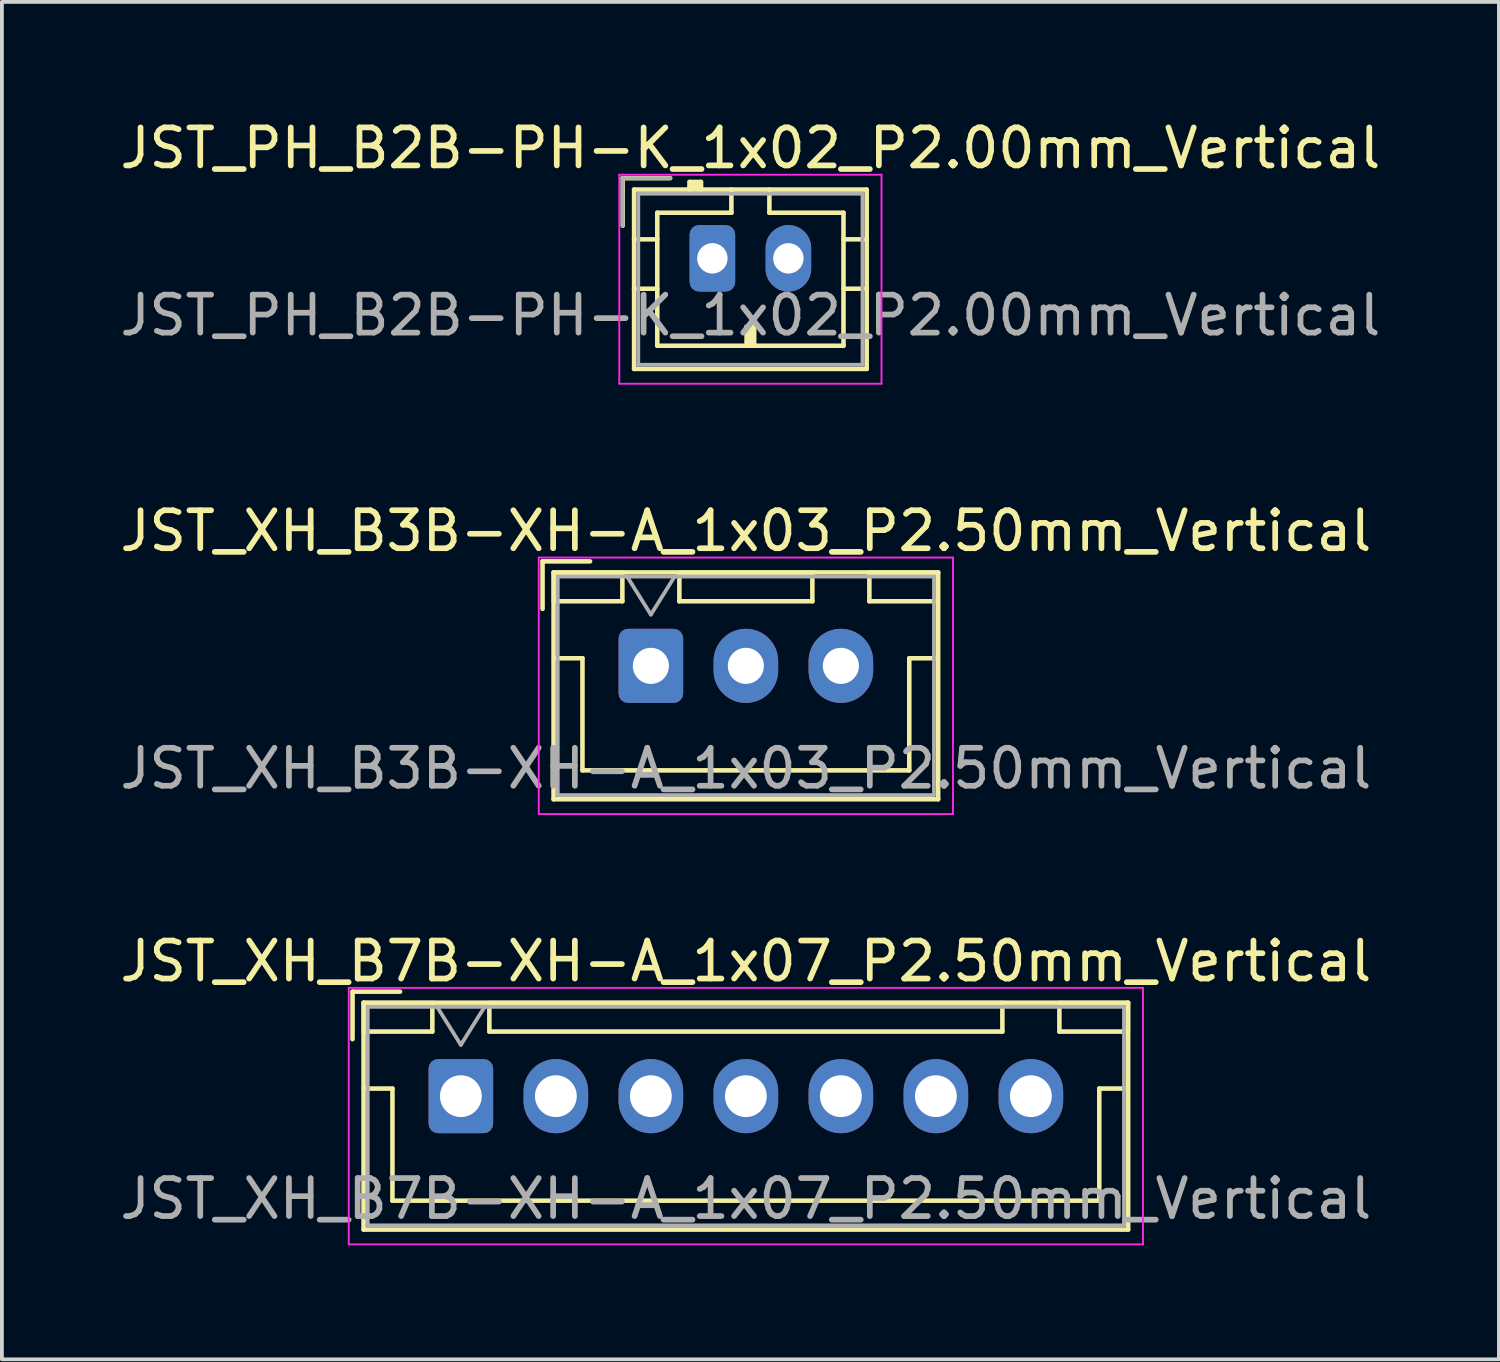
<source format=kicad_pcb>
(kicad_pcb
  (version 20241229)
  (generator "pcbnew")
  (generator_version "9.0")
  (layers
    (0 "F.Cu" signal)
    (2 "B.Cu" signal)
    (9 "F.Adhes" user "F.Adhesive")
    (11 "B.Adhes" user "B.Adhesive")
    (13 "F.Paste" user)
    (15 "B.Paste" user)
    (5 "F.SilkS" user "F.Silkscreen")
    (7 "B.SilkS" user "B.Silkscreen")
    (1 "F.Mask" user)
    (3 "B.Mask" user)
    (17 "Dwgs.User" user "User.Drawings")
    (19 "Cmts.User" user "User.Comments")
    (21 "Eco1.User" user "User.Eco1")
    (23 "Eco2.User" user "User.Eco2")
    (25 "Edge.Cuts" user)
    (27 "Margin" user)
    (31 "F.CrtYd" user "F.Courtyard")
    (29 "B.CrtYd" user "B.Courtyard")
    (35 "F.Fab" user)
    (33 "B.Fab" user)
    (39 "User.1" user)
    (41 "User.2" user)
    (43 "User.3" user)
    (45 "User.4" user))
  (footprint "JST_XH_B3B-XH-A_1x03_P2.50mm_Vertical"
    (layer "F.Cu")
    (at 14.077 14.472)
    (property "Reference" "JST_XH_B3B-XH-A_1x03_P2.50mm_Vertical" (at 2.5 -3.55 0) (layer "F.SilkS") (effects (font (size 1 1) (thickness 0.15))))
    (attr through_hole)
    (fp_line (start -2.85 -2.75) (end -2.85 -1.5) (stroke (width 0.12) (type solid)) (layer "F.SilkS"))
    (fp_line (start -2.56 -2.46) (end -2.56 3.51) (stroke (width 0.12) (type solid)) (layer "F.SilkS"))
    (fp_line (start -2.56 3.51) (end 7.56 3.51) (stroke (width 0.12) (type solid)) (layer "F.SilkS"))
    (fp_line (start -2.55 -2.45) (end -2.55 -1.7) (stroke (width 0.12) (type solid)) (layer "F.SilkS"))
    (fp_line (start -2.55 -1.7) (end -0.75 -1.7) (stroke (width 0.12) (type solid)) (layer "F.SilkS"))
    (fp_line (start -2.55 -0.2) (end -1.8 -0.2) (stroke (width 0.12) (type solid)) (layer "F.SilkS"))
    (fp_line (start -1.8 -0.2) (end -1.8 2.75) (stroke (width 0.12) (type solid)) (layer "F.SilkS"))
    (fp_line (start -1.8 2.75) (end 2.5 2.75) (stroke (width 0.12) (type solid)) (layer "F.SilkS"))
    (fp_line (start -1.6 -2.75) (end -2.85 -2.75) (stroke (width 0.12) (type solid)) (layer "F.SilkS"))
    (fp_line (start -0.75 -2.45) (end -2.55 -2.45) (stroke (width 0.12) (type solid)) (layer "F.SilkS"))
    (fp_line (start -0.75 -1.7) (end -0.75 -2.45) (stroke (width 0.12) (type solid)) (layer "F.SilkS"))
    (fp_line (start 0.75 -2.45) (end 0.75 -1.7) (stroke (width 0.12) (type solid)) (layer "F.SilkS"))
    (fp_line (start 0.75 -1.7) (end 4.25 -1.7) (stroke (width 0.12) (type solid)) (layer "F.SilkS"))
    (fp_line (start 4.25 -2.45) (end 0.75 -2.45) (stroke (width 0.12) (type solid)) (layer "F.SilkS"))
    (fp_line (start 4.25 -1.7) (end 4.25 -2.45) (stroke (width 0.12) (type solid)) (layer "F.SilkS"))
    (fp_line (start 5.75 -2.45) (end 5.75 -1.7) (stroke (width 0.12) (type solid)) (layer "F.SilkS"))
    (fp_line (start 5.75 -1.7) (end 7.55 -1.7) (stroke (width 0.12) (type solid)) (layer "F.SilkS"))
    (fp_line (start 6.8 -0.2) (end 6.8 2.75) (stroke (width 0.12) (type solid)) (layer "F.SilkS"))
    (fp_line (start 6.8 2.75) (end 2.5 2.75) (stroke (width 0.12) (type solid)) (layer "F.SilkS"))
    (fp_line (start 7.55 -2.45) (end 5.75 -2.45) (stroke (width 0.12) (type solid)) (layer "F.SilkS"))
    (fp_line (start 7.55 -1.7) (end 7.55 -2.45) (stroke (width 0.12) (type solid)) (layer "F.SilkS"))
    (fp_line (start 7.55 -0.2) (end 6.8 -0.2) (stroke (width 0.12) (type solid)) (layer "F.SilkS"))
    (fp_line (start 7.56 -2.46) (end -2.56 -2.46) (stroke (width 0.12) (type solid)) (layer "F.SilkS"))
    (fp_line (start 7.56 3.51) (end 7.56 -2.46) (stroke (width 0.12) (type solid)) (layer "F.SilkS"))
    (fp_line (start -2.95 -2.85) (end -2.95 3.9) (stroke (width 0.05) (type solid)) (layer "F.CrtYd"))
    (fp_line (start -2.95 3.9) (end 7.95 3.9) (stroke (width 0.05) (type solid)) (layer "F.CrtYd"))
    (fp_line (start 7.95 -2.85) (end -2.95 -2.85) (stroke (width 0.05) (type solid)) (layer "F.CrtYd"))
    (fp_line (start 7.95 3.9) (end 7.95 -2.85) (stroke (width 0.05) (type solid)) (layer "F.CrtYd"))
    (fp_line (start -2.45 -2.35) (end -2.45 3.4) (stroke (width 0.1) (type solid)) (layer "F.Fab"))
    (fp_line (start -2.45 3.4) (end 7.45 3.4) (stroke (width 0.1) (type solid)) (layer "F.Fab"))
    (fp_line (start -0.625 -2.35) (end 0 -1.35) (stroke (width 0.1) (type solid)) (layer "F.Fab"))
    (fp_line (start 0 -1.35) (end 0.625 -2.35) (stroke (width 0.1) (type solid)) (layer "F.Fab"))
    (fp_line (start 7.45 -2.35) (end -2.45 -2.35) (stroke (width 0.1) (type solid)) (layer "F.Fab"))
    (fp_line (start 7.45 3.4) (end 7.45 -2.35) (stroke (width 0.1) (type solid)) (layer "F.Fab"))
    (fp_text user "${REFERENCE}" (at 2.5 2.7 0) (layer "F.Fab") (effects (font (size 1 1) (thickness 0.15))))
    (pad "1" thru_hole roundrect (at 0 0) (size 1.7 1.95) (drill 0.95) (layers "*.Cu" "*.Mask") (roundrect_rratio 0.147))
    (pad "2" thru_hole oval (at 2.5 0) (size 1.7 1.95) (drill 0.95) (layers "*.Cu" "*.Mask"))
    (pad "3" thru_hole oval (at 5 0) (size 1.7 1.95) (drill 0.95) (layers "*.Cu" "*.Mask")))
  (footprint "JST_PH_B2B-PH-K_1x02_P2.00mm_Vertical"
    (layer "F.Cu")
    (at 15.696 3.748)
    (property "Reference" "JST_PH_B2B-PH-K_1x02_P2.00mm_Vertical" (at 1 -2.9 0) (layer "F.SilkS") (effects (font (size 1 1) (thickness 0.15))))
    (attr through_hole)
    (fp_line (start -2.36 -2.11) (end -2.36 -0.86) (stroke (width 0.12) (type solid)) (layer "F.SilkS"))
    (fp_line (start -2.06 -1.81) (end -2.06 2.91) (stroke (width 0.12) (type solid)) (layer "F.SilkS"))
    (fp_line (start -2.06 -0.5) (end -1.45 -0.5) (stroke (width 0.12) (type solid)) (layer "F.SilkS"))
    (fp_line (start -2.06 0.8) (end -1.45 0.8) (stroke (width 0.12) (type solid)) (layer "F.SilkS"))
    (fp_line (start -2.06 2.91) (end 4.06 2.91) (stroke (width 0.12) (type solid)) (layer "F.SilkS"))
    (fp_line (start -1.45 -1.2) (end -1.45 2.3) (stroke (width 0.12) (type solid)) (layer "F.SilkS"))
    (fp_line (start -1.45 2.3) (end 3.45 2.3) (stroke (width 0.12) (type solid)) (layer "F.SilkS"))
    (fp_line (start -1.11 -2.11) (end -2.36 -2.11) (stroke (width 0.12) (type solid)) (layer "F.SilkS"))
    (fp_line (start -0.6 -2.01) (end -0.6 -1.81) (stroke (width 0.12) (type solid)) (layer "F.SilkS"))
    (fp_line (start -0.3 -2.01) (end -0.6 -2.01) (stroke (width 0.12) (type solid)) (layer "F.SilkS"))
    (fp_line (start -0.3 -1.91) (end -0.6 -1.91) (stroke (width 0.12) (type solid)) (layer "F.SilkS"))
    (fp_line (start -0.3 -1.81) (end -0.3 -2.01) (stroke (width 0.12) (type solid)) (layer "F.SilkS"))
    (fp_line (start 0.5 -1.81) (end 0.5 -1.2) (stroke (width 0.12) (type solid)) (layer "F.SilkS"))
    (fp_line (start 0.5 -1.2) (end -1.45 -1.2) (stroke (width 0.12) (type solid)) (layer "F.SilkS"))
    (fp_line (start 0.9 1.8) (end 1.1 1.8) (stroke (width 0.12) (type solid)) (layer "F.SilkS"))
    (fp_line (start 0.9 2.3) (end 0.9 1.8) (stroke (width 0.12) (type solid)) (layer "F.SilkS"))
    (fp_line (start 1 2.3) (end 1 1.8) (stroke (width 0.12) (type solid)) (layer "F.SilkS"))
    (fp_line (start 1.1 1.8) (end 1.1 2.3) (stroke (width 0.12) (type solid)) (layer "F.SilkS"))
    (fp_line (start 1.5 -1.2) (end 1.5 -1.81) (stroke (width 0.12) (type solid)) (layer "F.SilkS"))
    (fp_line (start 3.45 -1.2) (end 1.5 -1.2) (stroke (width 0.12) (type solid)) (layer "F.SilkS"))
    (fp_line (start 3.45 2.3) (end 3.45 -1.2) (stroke (width 0.12) (type solid)) (layer "F.SilkS"))
    (fp_line (start 4.06 -1.81) (end -2.06 -1.81) (stroke (width 0.12) (type solid)) (layer "F.SilkS"))
    (fp_line (start 4.06 -0.5) (end 3.45 -0.5) (stroke (width 0.12) (type solid)) (layer "F.SilkS"))
    (fp_line (start 4.06 0.8) (end 3.45 0.8) (stroke (width 0.12) (type solid)) (layer "F.SilkS"))
    (fp_line (start 4.06 2.91) (end 4.06 -1.81) (stroke (width 0.12) (type solid)) (layer "F.SilkS"))
    (fp_line (start -2.45 -2.2) (end -2.45 3.3) (stroke (width 0.05) (type solid)) (layer "F.CrtYd"))
    (fp_line (start -2.45 3.3) (end 4.45 3.3) (stroke (width 0.05) (type solid)) (layer "F.CrtYd"))
    (fp_line (start 4.45 -2.2) (end -2.45 -2.2) (stroke (width 0.05) (type solid)) (layer "F.CrtYd"))
    (fp_line (start 4.45 3.3) (end 4.45 -2.2) (stroke (width 0.05) (type solid)) (layer "F.CrtYd"))
    (fp_line (start -2.36 -2.11) (end -2.36 -0.86) (stroke (width 0.1) (type solid)) (layer "F.Fab"))
    (fp_line (start -1.95 -1.7) (end -1.95 2.8) (stroke (width 0.1) (type solid)) (layer "F.Fab"))
    (fp_line (start -1.95 2.8) (end 3.95 2.8) (stroke (width 0.1) (type solid)) (layer "F.Fab"))
    (fp_line (start -1.11 -2.11) (end -2.36 -2.11) (stroke (width 0.1) (type solid)) (layer "F.Fab"))
    (fp_line (start 3.95 -1.7) (end -1.95 -1.7) (stroke (width 0.1) (type solid)) (layer "F.Fab"))
    (fp_line (start 3.95 2.8) (end 3.95 -1.7) (stroke (width 0.1) (type solid)) (layer "F.Fab"))
    (fp_text user "${REFERENCE}" (at 1 1.5 0) (layer "F.Fab") (effects (font (size 1 1) (thickness 0.15))))
    (pad "1" thru_hole roundrect (at 0 0) (size 1.2 1.75) (drill 0.8) (layers "*.Cu" "*.Mask") (roundrect_rratio 0.208))
    (pad "2" thru_hole oval (at 2 0) (size 1.2 1.75) (drill 0.8) (layers "*.Cu" "*.Mask")))
  (footprint "JST_XH_B7B-XH-A_1x07_P2.50mm_Vertical"
    (layer "F.Cu")
    (at 9.077 25.795)
    (property "Reference" "JST_XH_B7B-XH-A_1x07_P2.50mm_Vertical" (at 7.5 -3.55 0) (layer "F.SilkS") (effects (font (size 1 1) (thickness 0.15))))
    (attr through_hole)
    (fp_line (start -2.85 -2.75) (end -2.85 -1.5) (stroke (width 0.12) (type solid)) (layer "F.SilkS"))
    (fp_line (start -2.56 -2.46) (end -2.56 3.51) (stroke (width 0.12) (type solid)) (layer "F.SilkS"))
    (fp_line (start -2.56 3.51) (end 17.56 3.51) (stroke (width 0.12) (type solid)) (layer "F.SilkS"))
    (fp_line (start -2.55 -2.45) (end -2.55 -1.7) (stroke (width 0.12) (type solid)) (layer "F.SilkS"))
    (fp_line (start -2.55 -1.7) (end -0.75 -1.7) (stroke (width 0.12) (type solid)) (layer "F.SilkS"))
    (fp_line (start -2.55 -0.2) (end -1.8 -0.2) (stroke (width 0.12) (type solid)) (layer "F.SilkS"))
    (fp_line (start -1.8 -0.2) (end -1.8 2.75) (stroke (width 0.12) (type solid)) (layer "F.SilkS"))
    (fp_line (start -1.8 2.75) (end 7.5 2.75) (stroke (width 0.12) (type solid)) (layer "F.SilkS"))
    (fp_line (start -1.6 -2.75) (end -2.85 -2.75) (stroke (width 0.12) (type solid)) (layer "F.SilkS"))
    (fp_line (start -0.75 -2.45) (end -2.55 -2.45) (stroke (width 0.12) (type solid)) (layer "F.SilkS"))
    (fp_line (start -0.75 -1.7) (end -0.75 -2.45) (stroke (width 0.12) (type solid)) (layer "F.SilkS"))
    (fp_line (start 0.75 -2.45) (end 0.75 -1.7) (stroke (width 0.12) (type solid)) (layer "F.SilkS"))
    (fp_line (start 0.75 -1.7) (end 14.25 -1.7) (stroke (width 0.12) (type solid)) (layer "F.SilkS"))
    (fp_line (start 14.25 -2.45) (end 0.75 -2.45) (stroke (width 0.12) (type solid)) (layer "F.SilkS"))
    (fp_line (start 14.25 -1.7) (end 14.25 -2.45) (stroke (width 0.12) (type solid)) (layer "F.SilkS"))
    (fp_line (start 15.75 -2.45) (end 15.75 -1.7) (stroke (width 0.12) (type solid)) (layer "F.SilkS"))
    (fp_line (start 15.75 -1.7) (end 17.55 -1.7) (stroke (width 0.12) (type solid)) (layer "F.SilkS"))
    (fp_line (start 16.8 -0.2) (end 16.8 2.75) (stroke (width 0.12) (type solid)) (layer "F.SilkS"))
    (fp_line (start 16.8 2.75) (end 7.5 2.75) (stroke (width 0.12) (type solid)) (layer "F.SilkS"))
    (fp_line (start 17.55 -2.45) (end 15.75 -2.45) (stroke (width 0.12) (type solid)) (layer "F.SilkS"))
    (fp_line (start 17.55 -1.7) (end 17.55 -2.45) (stroke (width 0.12) (type solid)) (layer "F.SilkS"))
    (fp_line (start 17.55 -0.2) (end 16.8 -0.2) (stroke (width 0.12) (type solid)) (layer "F.SilkS"))
    (fp_line (start 17.56 -2.46) (end -2.56 -2.46) (stroke (width 0.12) (type solid)) (layer "F.SilkS"))
    (fp_line (start 17.56 3.51) (end 17.56 -2.46) (stroke (width 0.12) (type solid)) (layer "F.SilkS"))
    (fp_line (start -2.95 -2.85) (end -2.95 3.9) (stroke (width 0.05) (type solid)) (layer "F.CrtYd"))
    (fp_line (start -2.95 3.9) (end 17.95 3.9) (stroke (width 0.05) (type solid)) (layer "F.CrtYd"))
    (fp_line (start 17.95 -2.85) (end -2.95 -2.85) (stroke (width 0.05) (type solid)) (layer "F.CrtYd"))
    (fp_line (start 17.95 3.9) (end 17.95 -2.85) (stroke (width 0.05) (type solid)) (layer "F.CrtYd"))
    (fp_line (start -2.45 -2.35) (end -2.45 3.4) (stroke (width 0.1) (type solid)) (layer "F.Fab"))
    (fp_line (start -2.45 3.4) (end 17.45 3.4) (stroke (width 0.1) (type solid)) (layer "F.Fab"))
    (fp_line (start -0.625 -2.35) (end 0 -1.35) (stroke (width 0.1) (type solid)) (layer "F.Fab"))
    (fp_line (start 0 -1.35) (end 0.625 -2.35) (stroke (width 0.1) (type solid)) (layer "F.Fab"))
    (fp_line (start 17.45 -2.35) (end -2.45 -2.35) (stroke (width 0.1) (type solid)) (layer "F.Fab"))
    (fp_line (start 17.45 3.4) (end 17.45 -2.35) (stroke (width 0.1) (type solid)) (layer "F.Fab"))
    (fp_text user "${REFERENCE}" (at 7.5 2.7 0) (layer "F.Fab") (effects (font (size 1 1) (thickness 0.15))))
    (pad "1" thru_hole roundrect (at 0 0) (size 1.7 1.95) (drill 1.1) (layers "*.Cu" "*.Mask") (roundrect_rratio 0.147))
    (pad "2" thru_hole oval (at 2.5 0) (size 1.7 1.95) (drill 1.1) (layers "*.Cu" "*.Mask"))
    (pad "3" thru_hole oval (at 5 0) (size 1.7 1.95) (drill 1.1) (layers "*.Cu" "*.Mask"))
    (pad "4" thru_hole oval (at 7.5 0) (size 1.7 1.95) (drill 1.1) (layers "*.Cu" "*.Mask"))
    (pad "5" thru_hole oval (at 10 0) (size 1.7 1.95) (drill 1.1) (layers "*.Cu" "*.Mask"))
    (pad "6" thru_hole oval (at 12.5 0) (size 1.7 1.95) (drill 1.1) (layers "*.Cu" "*.Mask"))
    (pad "7" thru_hole oval (at 15 0) (size 1.7 1.95) (drill 1.1) (layers "*.Cu" "*.Mask")))
  (gr_rect
    (start -3 -3)
    (end 36.393 32.72)
    (stroke (width 0.1) (type default))
    (fill no)
    (layer "Edge.Cuts")))
</source>
